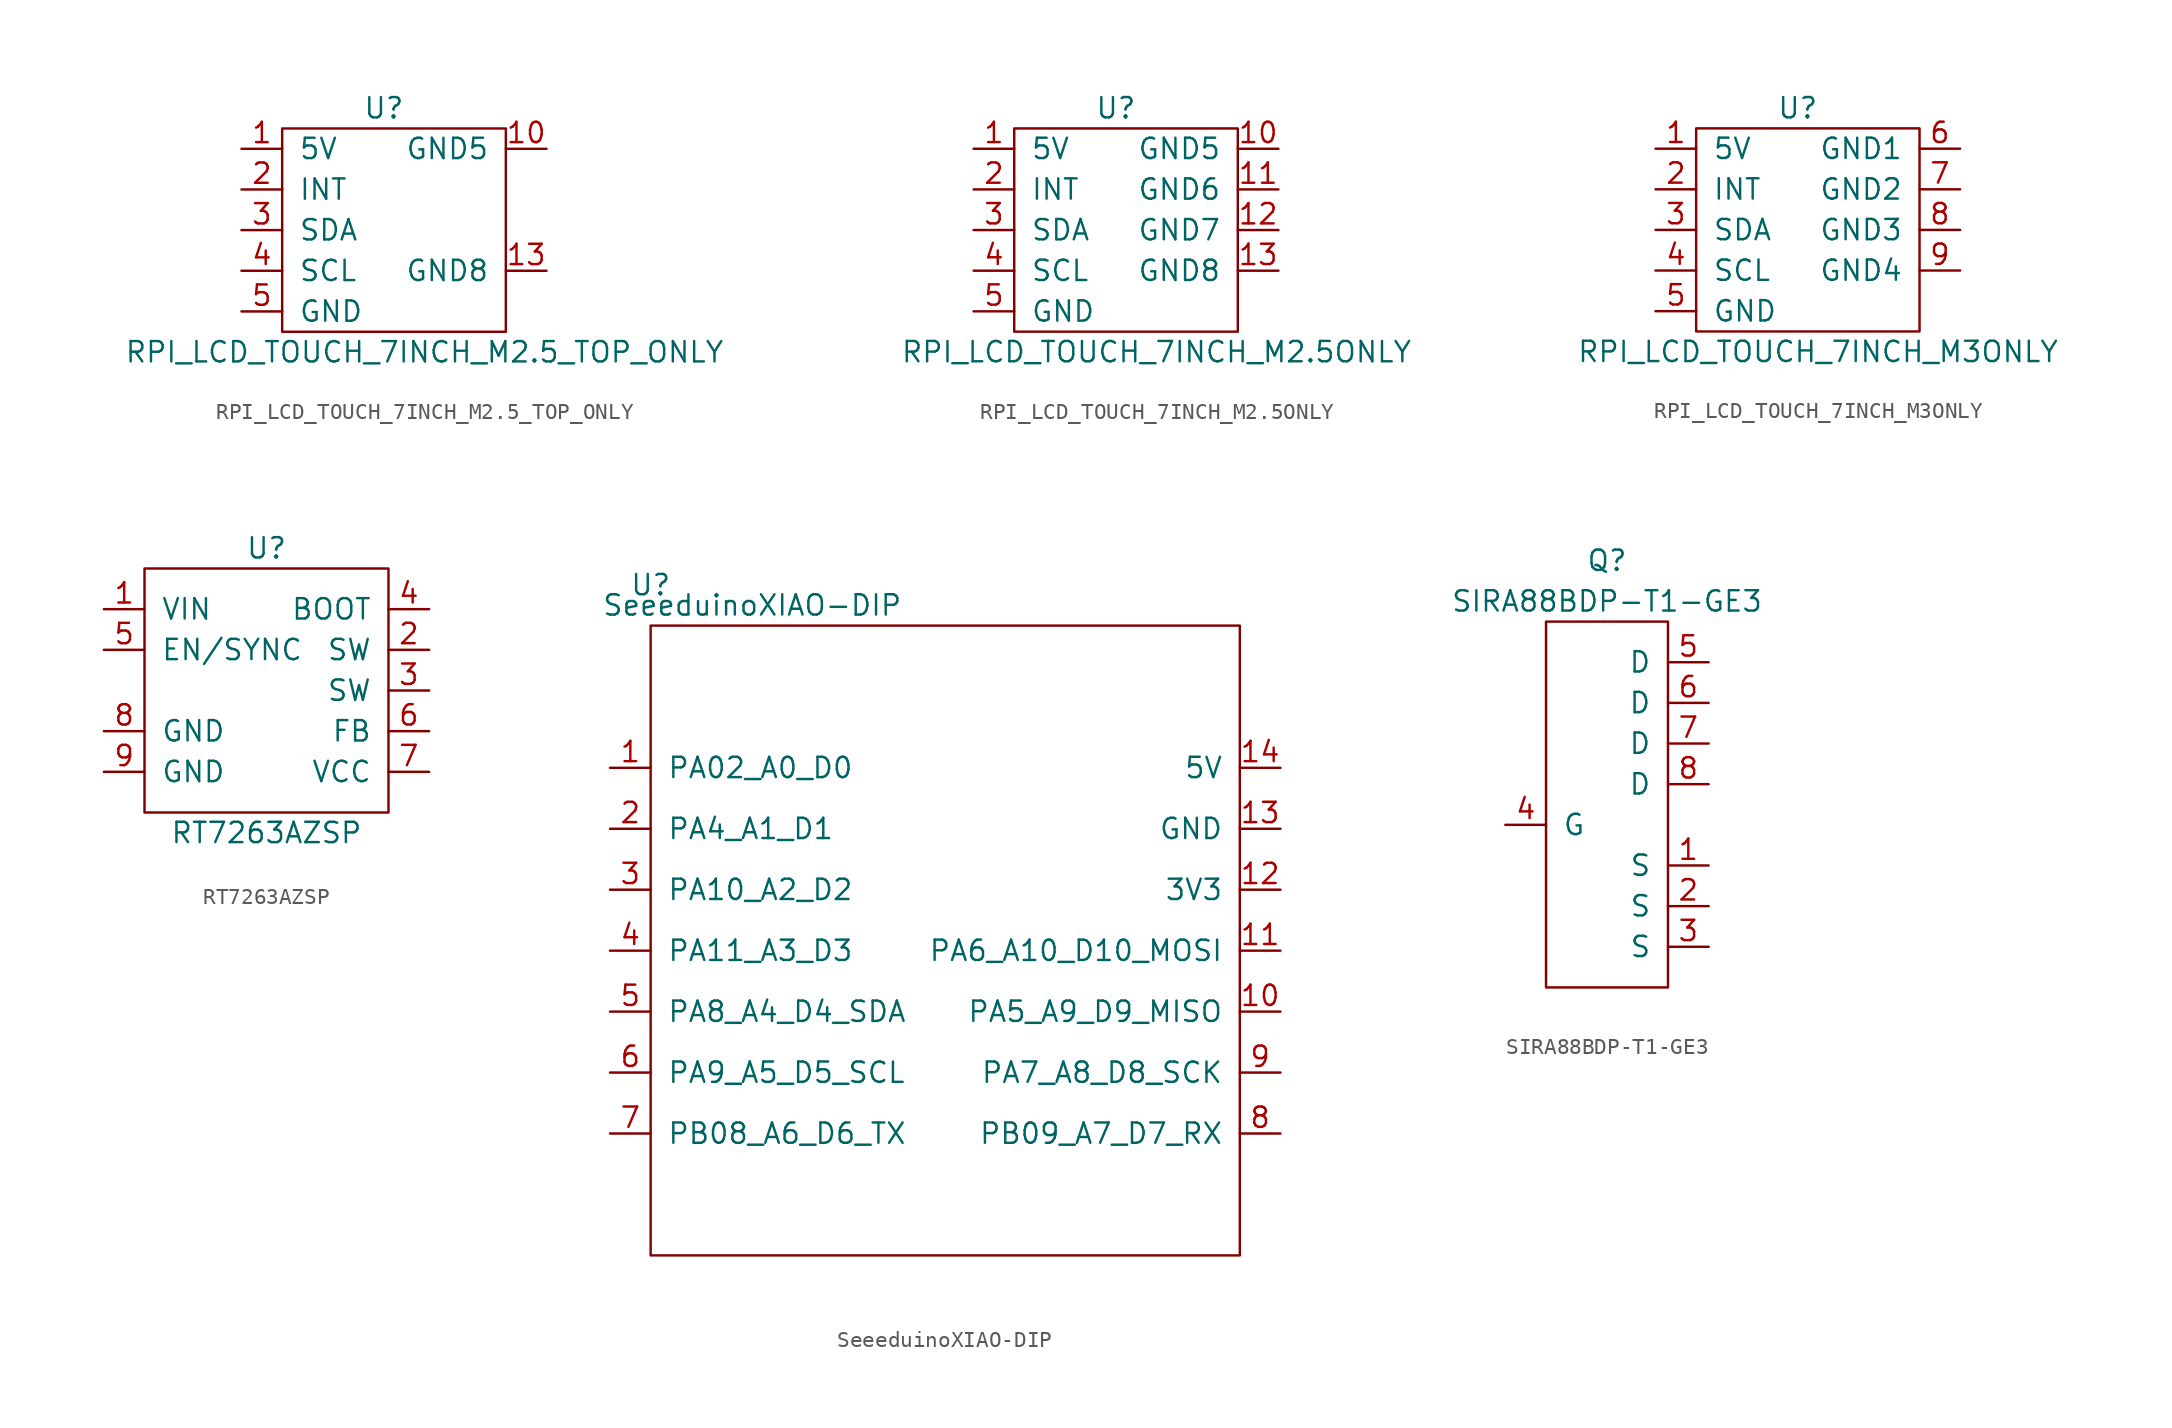
<source format=kicad_sym>
(kicad_symbol_lib
  (version 20211014)
  (generator kicad_symbol_editor)
  (symbol "RPI_LCD_TOUCH_7INCH_M2.5_TOP_ONLY"
    (pin_names
      (offset 1.016))
    (property "Reference" "U"
      (at 8.89 2.54 0)
      (effects (font (size 1.27 1.27))))
    (property "Value" "RPI_LCD_TOUCH_7INCH_M2.5_TOP_ONLY"
      (at 11.43 -12.7 0)
      (effects (font (size 1.27 1.27))))
    (symbol "RPI_LCD_TOUCH_7INCH_M2.5_TOP_ONLY_0_1"
      (rectangle (start 2.54 1.27) (end 16.51 -11.43) (stroke (width 0) (type default) (color 0 0 0 0)) (fill (type none))))
    (symbol "RPI_LCD_TOUCH_7INCH_M2.5_TOP_ONLY_1_1"
      (pin input line (at 0 0 0) (length 2.54) (name "5V" (effects (font (size 1.27 1.27)))) (number "1" (effects (font (size 1.27 1.27)))))
      (pin input line (at 19.05 0 180) (length 2.54) (name "GND5" (effects (font (size 1.27 1.27)))) (number "10" (effects (font (size 1.27 1.27)))))
      (pin input line (at 19.05 -7.62 180) (length 2.54) (name "GND8" (effects (font (size 1.27 1.27)))) (number "13" (effects (font (size 1.27 1.27)))))
      (pin input line (at 0 -2.54 0) (length 2.54) (name "INT" (effects (font (size 1.27 1.27)))) (number "2" (effects (font (size 1.27 1.27)))))
      (pin input line (at 0 -5.08 0) (length 2.54) (name "SDA" (effects (font (size 1.27 1.27)))) (number "3" (effects (font (size 1.27 1.27)))))
      (pin input line (at 0 -7.62 0) (length 2.54) (name "SCL" (effects (font (size 1.27 1.27)))) (number "4" (effects (font (size 1.27 1.27)))))
      (pin input line (at 0 -10.16 0) (length 2.54) (name "GND" (effects (font (size 1.27 1.27)))) (number "5" (effects (font (size 1.27 1.27)))))))
  (symbol "RPI_LCD_TOUCH_7INCH_M2.5ONLY"
    (pin_names
      (offset 1.016))
    (property "Reference" "U"
      (at 8.89 2.54 0)
      (effects (font (size 1.27 1.27))))
    (property "Value" "RPI_LCD_TOUCH_7INCH_M2.5ONLY"
      (at 11.43 -12.7 0)
      (effects (font (size 1.27 1.27))))
    (symbol "RPI_LCD_TOUCH_7INCH_M2.5ONLY_0_1"
      (rectangle (start 2.54 1.27) (end 16.51 -11.43) (stroke (width 0) (type default) (color 0 0 0 0)) (fill (type none))))
    (symbol "RPI_LCD_TOUCH_7INCH_M2.5ONLY_1_1"
      (pin input line (at 0 0 0) (length 2.54) (name "5V" (effects (font (size 1.27 1.27)))) (number "1" (effects (font (size 1.27 1.27)))))
      (pin input line (at 19.05 0 180) (length 2.54) (name "GND5" (effects (font (size 1.27 1.27)))) (number "10" (effects (font (size 1.27 1.27)))))
      (pin input line (at 19.05 -2.54 180) (length 2.54) (name "GND6" (effects (font (size 1.27 1.27)))) (number "11" (effects (font (size 1.27 1.27)))))
      (pin input line (at 19.05 -5.08 180) (length 2.54) (name "GND7" (effects (font (size 1.27 1.27)))) (number "12" (effects (font (size 1.27 1.27)))))
      (pin input line (at 19.05 -7.62 180) (length 2.54) (name "GND8" (effects (font (size 1.27 1.27)))) (number "13" (effects (font (size 1.27 1.27)))))
      (pin input line (at 0 -2.54 0) (length 2.54) (name "INT" (effects (font (size 1.27 1.27)))) (number "2" (effects (font (size 1.27 1.27)))))
      (pin input line (at 0 -5.08 0) (length 2.54) (name "SDA" (effects (font (size 1.27 1.27)))) (number "3" (effects (font (size 1.27 1.27)))))
      (pin input line (at 0 -7.62 0) (length 2.54) (name "SCL" (effects (font (size 1.27 1.27)))) (number "4" (effects (font (size 1.27 1.27)))))
      (pin input line (at 0 -10.16 0) (length 2.54) (name "GND" (effects (font (size 1.27 1.27)))) (number "5" (effects (font (size 1.27 1.27)))))))
  (symbol "RPI_LCD_TOUCH_7INCH_M3ONLY"
    (pin_names
      (offset 1.016))
    (property "Reference" "U"
      (at 8.89 2.54 0)
      (effects (font (size 1.27 1.27))))
    (property "Value" "RPI_LCD_TOUCH_7INCH_M3ONLY"
      (at 10.16 -12.7 0)
      (effects (font (size 1.27 1.27))))
    (symbol "RPI_LCD_TOUCH_7INCH_M3ONLY_0_1"
      (rectangle (start 2.54 1.27) (end 16.51 -11.43) (stroke (width 0) (type default) (color 0 0 0 0)) (fill (type none))))
    (symbol "RPI_LCD_TOUCH_7INCH_M3ONLY_1_1"
      (pin input line (at 0 0 0) (length 2.54) (name "5V" (effects (font (size 1.27 1.27)))) (number "1" (effects (font (size 1.27 1.27)))))
      (pin input line (at 0 -2.54 0) (length 2.54) (name "INT" (effects (font (size 1.27 1.27)))) (number "2" (effects (font (size 1.27 1.27)))))
      (pin input line (at 0 -5.08 0) (length 2.54) (name "SDA" (effects (font (size 1.27 1.27)))) (number "3" (effects (font (size 1.27 1.27)))))
      (pin input line (at 0 -7.62 0) (length 2.54) (name "SCL" (effects (font (size 1.27 1.27)))) (number "4" (effects (font (size 1.27 1.27)))))
      (pin input line (at 0 -10.16 0) (length 2.54) (name "GND" (effects (font (size 1.27 1.27)))) (number "5" (effects (font (size 1.27 1.27)))))
      (pin input line (at 19.05 0 180) (length 2.54) (name "GND1" (effects (font (size 1.27 1.27)))) (number "6" (effects (font (size 1.27 1.27)))))
      (pin input line (at 19.05 -2.54 180) (length 2.54) (name "GND2" (effects (font (size 1.27 1.27)))) (number "7" (effects (font (size 1.27 1.27)))))
      (pin input line (at 19.05 -5.08 180) (length 2.54) (name "GND3" (effects (font (size 1.27 1.27)))) (number "8" (effects (font (size 1.27 1.27)))))
      (pin input line (at 19.05 -7.62 180) (length 2.54) (name "GND4" (effects (font (size 1.27 1.27)))) (number "9" (effects (font (size 1.27 1.27)))))))
  (symbol "RT7263AZSP"
    (pin_names
      (offset 1.016))
    (property "Reference" "U"
      (at 0 8.89 0)
      (effects (font (size 1.27 1.27))))
    (property "Value" "RT7263AZSP"
      (at 0 -8.89 0)
      (effects (font (size 1.27 1.27))))
    (symbol "RT7263AZSP_0_1"
      (rectangle (start -7.62 7.62) (end 7.62 -7.62) (stroke (width 0) (type default) (color 0 0 0 0)) (fill (type none))))
    (symbol "RT7263AZSP_1_1"
      (pin power_in line (at -10.16 5.08 0) (length 2.54) (name "VIN" (effects (font (size 1.27 1.27)))) (number "1" (effects (font (size 1.27 1.27)))))
      (pin input line (at 10.16 2.54 180) (length 2.54) (name "SW" (effects (font (size 1.27 1.27)))) (number "2" (effects (font (size 1.27 1.27)))))
      (pin input line (at 10.16 0 180) (length 2.54) (name "SW" (effects (font (size 1.27 1.27)))) (number "3" (effects (font (size 1.27 1.27)))))
      (pin input line (at 10.16 5.08 180) (length 2.54) (name "BOOT" (effects (font (size 1.27 1.27)))) (number "4" (effects (font (size 1.27 1.27)))))
      (pin input line (at -10.16 2.54 0) (length 2.54) (name "EN/SYNC" (effects (font (size 1.27 1.27)))) (number "5" (effects (font (size 1.27 1.27)))))
      (pin input line (at 10.16 -2.54 180) (length 2.54) (name "FB" (effects (font (size 1.27 1.27)))) (number "6" (effects (font (size 1.27 1.27)))))
      (pin power_in line (at 10.16 -5.08 180) (length 2.54) (name "VCC" (effects (font (size 1.27 1.27)))) (number "7" (effects (font (size 1.27 1.27)))))
      (pin power_in line (at -10.16 -2.54 0) (length 2.54) (name "GND" (effects (font (size 1.27 1.27)))) (number "8" (effects (font (size 1.27 1.27)))))
      (pin power_in line (at -10.16 -5.08 0) (length 2.54) (name "GND" (effects (font (size 1.27 1.27)))) (number "9" (effects (font (size 1.27 1.27)))))))
  (symbol "SeeeduinoXIAO-DIP"
    (pin_names
      (offset 1.016))
    (property "Reference" "U"
      (at -19.05 22.86 0)
      (effects (font (size 1.27 1.27))))
    (property "Value" "SeeeduinoXIAO-DIP"
      (at -12.7 21.59 0)
      (effects (font (size 1.27 1.27))))
    (symbol "SeeeduinoXIAO-DIP_0_1"
      (rectangle (start -19.05 20.32) (end 17.78 -19.05) (stroke (width 0) (type default) (color 0 0 0 0)) (fill (type none))))
    (symbol "SeeeduinoXIAO-DIP_1_1"
      (pin unspecified line (at -21.59 11.43 0) (length 2.54) (name "PA02_A0_D0" (effects (font (size 1.27 1.27)))) (number "1" (effects (font (size 1.27 1.27)))))
      (pin unspecified line (at 20.32 -3.81 180) (length 2.54) (name "PA5_A9_D9_MISO" (effects (font (size 1.27 1.27)))) (number "10" (effects (font (size 1.27 1.27)))))
      (pin unspecified line (at 20.32 0 180) (length 2.54) (name "PA6_A10_D10_MOSI" (effects (font (size 1.27 1.27)))) (number "11" (effects (font (size 1.27 1.27)))))
      (pin unspecified line (at 20.32 3.81 180) (length 2.54) (name "3V3" (effects (font (size 1.27 1.27)))) (number "12" (effects (font (size 1.27 1.27)))))
      (pin unspecified line (at 20.32 7.62 180) (length 2.54) (name "GND" (effects (font (size 1.27 1.27)))) (number "13" (effects (font (size 1.27 1.27)))))
      (pin unspecified line (at 20.32 11.43 180) (length 2.54) (name "5V" (effects (font (size 1.27 1.27)))) (number "14" (effects (font (size 1.27 1.27)))))
      (pin unspecified line (at -21.59 7.62 0) (length 2.54) (name "PA4_A1_D1" (effects (font (size 1.27 1.27)))) (number "2" (effects (font (size 1.27 1.27)))))
      (pin unspecified line (at -21.59 3.81 0) (length 2.54) (name "PA10_A2_D2" (effects (font (size 1.27 1.27)))) (number "3" (effects (font (size 1.27 1.27)))))
      (pin unspecified line (at -21.59 0 0) (length 2.54) (name "PA11_A3_D3" (effects (font (size 1.27 1.27)))) (number "4" (effects (font (size 1.27 1.27)))))
      (pin unspecified line (at -21.59 -3.81 0) (length 2.54) (name "PA8_A4_D4_SDA" (effects (font (size 1.27 1.27)))) (number "5" (effects (font (size 1.27 1.27)))))
      (pin unspecified line (at -21.59 -7.62 0) (length 2.54) (name "PA9_A5_D5_SCL" (effects (font (size 1.27 1.27)))) (number "6" (effects (font (size 1.27 1.27)))))
      (pin unspecified line (at -21.59 -11.43 0) (length 2.54) (name "PB08_A6_D6_TX" (effects (font (size 1.27 1.27)))) (number "7" (effects (font (size 1.27 1.27)))))
      (pin unspecified line (at 20.32 -11.43 180) (length 2.54) (name "PB09_A7_D7_RX" (effects (font (size 1.27 1.27)))) (number "8" (effects (font (size 1.27 1.27)))))
      (pin unspecified line (at 20.32 -7.62 180) (length 2.54) (name "PA7_A8_D8_SCK" (effects (font (size 1.27 1.27)))) (number "9" (effects (font (size 1.27 1.27)))))))
  (symbol "SIRA88BDP-T1-GE3"
    (pin_names
      (offset 1.016))
    (property "Reference" "Q"
      (at 0 13.97 0)
      (effects (font (size 1.27 1.27))))
    (property "Value" "SIRA88BDP-T1-GE3"
      (at 0 11.43 0)
      (effects (font (size 1.27 1.27))))
    (symbol "SIRA88BDP-T1-GE3_0_1"
      (rectangle (start 3.81 10.16) (end -3.81 -12.7) (stroke (width 0) (type default) (color 0 0 0 0)) (fill (type none))))
    (symbol "SIRA88BDP-T1-GE3_1_1"
      (pin passive line (at 6.35 -5.08 180) (length 2.54) (name "S" (effects (font (size 1.27 1.27)))) (number "1" (effects (font (size 1.27 1.27)))))
      (pin passive line (at 6.35 -7.62 180) (length 2.54) (name "S" (effects (font (size 1.27 1.27)))) (number "2" (effects (font (size 1.27 1.27)))))
      (pin passive line (at 6.35 -10.16 180) (length 2.54) (name "S" (effects (font (size 1.27 1.27)))) (number "3" (effects (font (size 1.27 1.27)))))
      (pin input line (at -6.35 -2.54 0) (length 2.54) (name "G" (effects (font (size 1.27 1.27)))) (number "4" (effects (font (size 1.27 1.27)))))
      (pin passive line (at 6.35 7.62 180) (length 2.54) (name "D" (effects (font (size 1.27 1.27)))) (number "5" (effects (font (size 1.27 1.27)))))
      (pin passive line (at 6.35 5.08 180) (length 2.54) (name "D" (effects (font (size 1.27 1.27)))) (number "6" (effects (font (size 1.27 1.27)))))
      (pin passive line (at 6.35 2.54 180) (length 2.54) (name "D" (effects (font (size 1.27 1.27)))) (number "7" (effects (font (size 1.27 1.27)))))
      (pin passive line (at 6.35 0 180) (length 2.54) (name "D" (effects (font (size 1.27 1.27)))) (number "8" (effects (font (size 1.27 1.27))))))))
</source>
